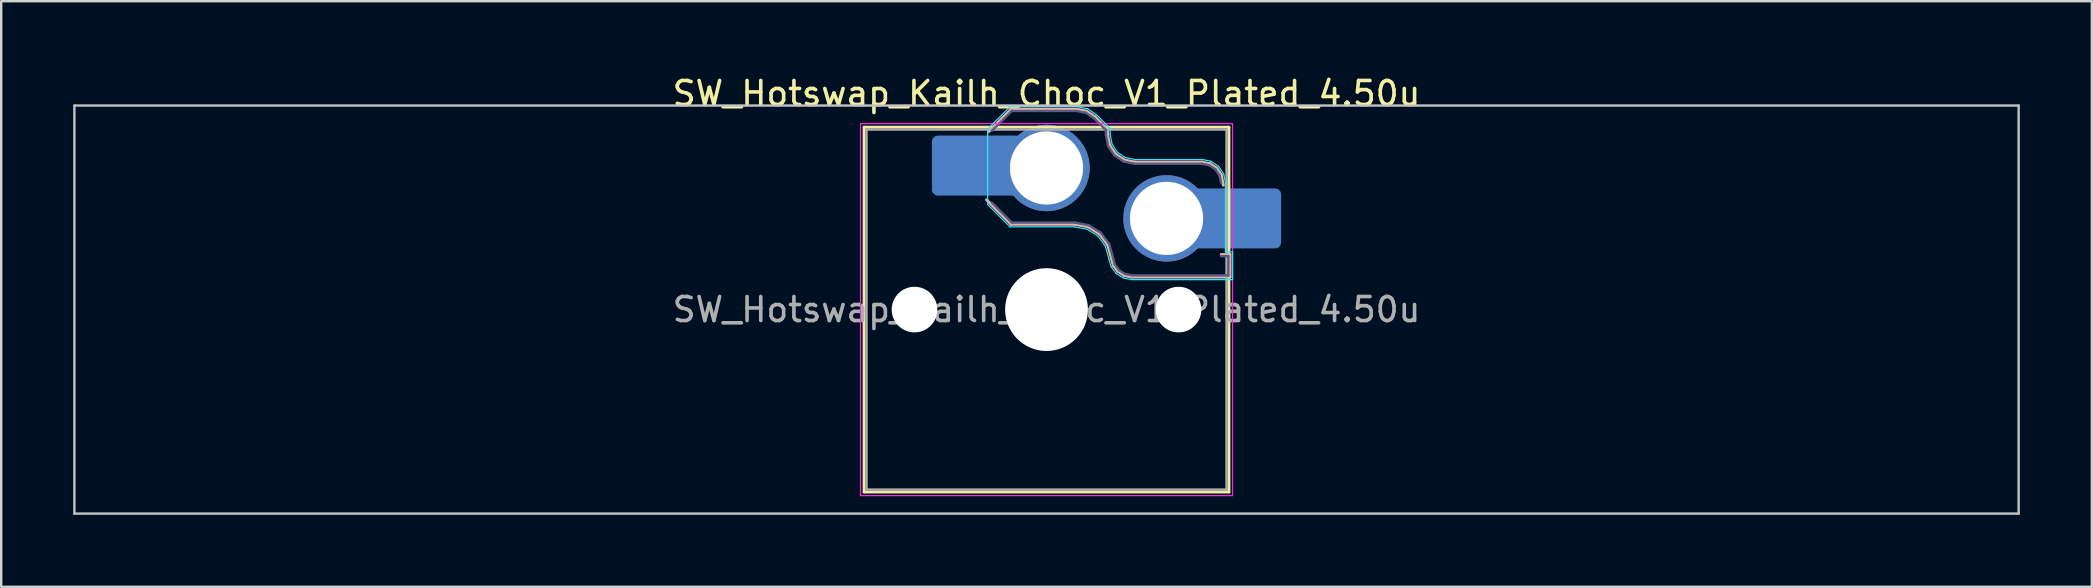
<source format=kicad_pcb>
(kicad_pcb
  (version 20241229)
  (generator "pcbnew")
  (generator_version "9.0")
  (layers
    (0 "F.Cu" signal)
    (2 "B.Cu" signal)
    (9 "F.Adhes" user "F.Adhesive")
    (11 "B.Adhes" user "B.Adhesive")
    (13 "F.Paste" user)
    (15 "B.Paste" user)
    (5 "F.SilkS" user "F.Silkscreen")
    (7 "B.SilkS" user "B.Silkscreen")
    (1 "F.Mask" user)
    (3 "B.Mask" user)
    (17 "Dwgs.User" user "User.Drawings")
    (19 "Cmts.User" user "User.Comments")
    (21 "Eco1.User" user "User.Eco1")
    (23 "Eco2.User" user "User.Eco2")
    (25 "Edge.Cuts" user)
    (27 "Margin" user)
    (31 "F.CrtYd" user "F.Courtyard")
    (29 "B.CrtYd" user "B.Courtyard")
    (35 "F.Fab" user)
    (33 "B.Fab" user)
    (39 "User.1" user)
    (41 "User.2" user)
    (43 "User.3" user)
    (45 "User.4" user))
  (footprint "SW_Hotswap_Kailh_Choc_V1_Plated_4.50u"
    (layer "F.Cu")
    (at 40.55 9.848)
    (property "Reference" "SW_Hotswap_Kailh_Choc_V1_Plated_4.50u" (at 0 -9 0) (layer "F.SilkS") (effects (font (size 1 1) (thickness 0.15))))
    (attr smd)
    (fp_line (start -7.6 -7.6) (end -7.6 7.6) (stroke (width 0.12) (type solid)) (layer "F.SilkS"))
    (fp_line (start -7.6 7.6) (end 7.6 7.6) (stroke (width 0.12) (type solid)) (layer "F.SilkS"))
    (fp_line (start 7.6 -7.6) (end -7.6 -7.6) (stroke (width 0.12) (type solid)) (layer "F.SilkS"))
    (fp_line (start 7.6 7.6) (end 7.6 -7.6) (stroke (width 0.12) (type solid)) (layer "F.SilkS"))
    (fp_line (start -2.416 -7.409) (end -1.479 -8.346) (stroke (width 0.12) (type solid)) (layer "B.SilkS"))
    (fp_line (start -1.479 -8.346) (end 1.268 -8.346) (stroke (width 0.12) (type solid)) (layer "B.SilkS"))
    (fp_line (start -1.479 -3.554) (end -2.5 -4.575) (stroke (width 0.12) (type solid)) (layer "B.SilkS"))
    (fp_line (start 1.168 -3.554) (end -1.479 -3.554) (stroke (width 0.12) (type solid)) (layer "B.SilkS"))
    (fp_line (start 1.268 -8.346) (end 1.671 -8.266) (stroke (width 0.12) (type solid)) (layer "B.SilkS"))
    (fp_line (start 1.671 -8.266) (end 2.013 -8.037) (stroke (width 0.12) (type solid)) (layer "B.SilkS"))
    (fp_line (start 1.73 -3.449) (end 1.168 -3.554) (stroke (width 0.12) (type solid)) (layer "B.SilkS"))
    (fp_line (start 2.013 -8.037) (end 2.546 -7.504) (stroke (width 0.12) (type solid)) (layer "B.SilkS"))
    (fp_line (start 2.209 -3.15) (end 1.73 -3.449) (stroke (width 0.12) (type solid)) (layer "B.SilkS"))
    (fp_line (start 2.546 -7.504) (end 2.546 -7.282) (stroke (width 0.12) (type solid)) (layer "B.SilkS"))
    (fp_line (start 2.546 -7.282) (end 2.633 -6.844) (stroke (width 0.12) (type solid)) (layer "B.SilkS"))
    (fp_line (start 2.547 -2.697) (end 2.209 -3.15) (stroke (width 0.12) (type solid)) (layer "B.SilkS"))
    (fp_line (start 2.633 -6.844) (end 2.877 -6.477) (stroke (width 0.12) (type solid)) (layer "B.SilkS"))
    (fp_line (start 2.701 -2.139) (end 2.547 -2.697) (stroke (width 0.12) (type solid)) (layer "B.SilkS"))
    (fp_line (start 2.783 -1.841) (end 2.701 -2.139) (stroke (width 0.12) (type solid)) (layer "B.SilkS"))
    (fp_line (start 2.877 -6.477) (end 3.244 -6.233) (stroke (width 0.12) (type solid)) (layer "B.SilkS"))
    (fp_line (start 2.976 -1.583) (end 2.783 -1.841) (stroke (width 0.12) (type solid)) (layer "B.SilkS"))
    (fp_line (start 3.244 -6.233) (end 3.682 -6.146) (stroke (width 0.12) (type solid)) (layer "B.SilkS"))
    (fp_line (start 3.25 -1.413) (end 2.976 -1.583) (stroke (width 0.12) (type solid)) (layer "B.SilkS"))
    (fp_line (start 3.56 -1.354) (end 3.25 -1.413) (stroke (width 0.12) (type solid)) (layer "B.SilkS"))
    (fp_line (start 3.682 -6.146) (end 6.482 -6.146) (stroke (width 0.12) (type solid)) (layer "B.SilkS"))
    (fp_line (start 6.482 -6.146) (end 6.809 -6.081) (stroke (width 0.12) (type solid)) (layer "B.SilkS"))
    (fp_line (start 6.809 -6.081) (end 7.092 -5.892) (stroke (width 0.12) (type solid)) (layer "B.SilkS"))
    (fp_line (start 7.092 -5.892) (end 7.281 -5.609) (stroke (width 0.12) (type solid)) (layer "B.SilkS"))
    (fp_line (start 7.281 -5.609) (end 7.366 -5.182) (stroke (width 0.12) (type solid)) (layer "B.SilkS"))
    (fp_line (start 7.283 -2.296) (end 7.646 -2.296) (stroke (width 0.12) (type solid)) (layer "B.SilkS"))
    (fp_line (start 7.646 -2.296) (end 7.646 -1.354) (stroke (width 0.12) (type solid)) (layer "B.SilkS"))
    (fp_line (start 7.646 -1.354) (end 3.56 -1.354) (stroke (width 0.12) (type solid)) (layer "B.SilkS"))
    (fp_line (start -40.5 -8.5) (end -40.5 8.5) (stroke (width 0.1) (type solid)) (layer "Dwgs.User"))
    (fp_line (start -40.5 8.5) (end 40.5 8.5) (stroke (width 0.1) (type solid)) (layer "Dwgs.User"))
    (fp_line (start 40.5 -8.5) (end -40.5 -8.5) (stroke (width 0.1) (type solid)) (layer "Dwgs.User"))
    (fp_line (start 40.5 8.5) (end 40.5 -8.5) (stroke (width 0.1) (type solid)) (layer "Dwgs.User"))
    (fp_line (start -7.25 -7.25) (end -7.25 7.25) (stroke (width 0.1) (type solid)) (layer "Eco1.User"))
    (fp_line (start -7.25 7.25) (end 7.25 7.25) (stroke (width 0.1) (type solid)) (layer "Eco1.User"))
    (fp_line (start 7.25 -7.25) (end -7.25 -7.25) (stroke (width 0.1) (type solid)) (layer "Eco1.User"))
    (fp_line (start 7.25 7.25) (end 7.25 -7.25) (stroke (width 0.1) (type solid)) (layer "Eco1.User"))
    (fp_line (start -2.452 -7.523) (end -1.523 -8.452) (stroke (width 0.05) (type solid)) (layer "B.CrtYd"))
    (fp_line (start -2.452 -4.377) (end -2.452 -7.523) (stroke (width 0.05) (type solid)) (layer "B.CrtYd"))
    (fp_line (start -1.523 -8.452) (end 1.278 -8.452) (stroke (width 0.05) (type solid)) (layer "B.CrtYd"))
    (fp_line (start -1.523 -3.448) (end -2.452 -4.377) (stroke (width 0.05) (type solid)) (layer "B.CrtYd"))
    (fp_line (start 1.159 -3.448) (end -1.523 -3.448) (stroke (width 0.05) (type solid)) (layer "B.CrtYd"))
    (fp_line (start 1.278 -8.452) (end 1.712 -8.366) (stroke (width 0.05) (type solid)) (layer "B.CrtYd"))
    (fp_line (start 1.691 -3.348) (end 1.159 -3.448) (stroke (width 0.05) (type solid)) (layer "B.CrtYd"))
    (fp_line (start 1.712 -8.366) (end 2.081 -8.119) (stroke (width 0.05) (type solid)) (layer "B.CrtYd"))
    (fp_line (start 2.081 -8.119) (end 2.652 -7.548) (stroke (width 0.05) (type solid)) (layer "B.CrtYd"))
    (fp_line (start 2.136 -3.071) (end 1.691 -3.348) (stroke (width 0.05) (type solid)) (layer "B.CrtYd"))
    (fp_line (start 2.45 -2.65) (end 2.136 -3.071) (stroke (width 0.05) (type solid)) (layer "B.CrtYd"))
    (fp_line (start 2.599 -2.111) (end 2.45 -2.65) (stroke (width 0.05) (type solid)) (layer "B.CrtYd"))
    (fp_line (start 2.652 -7.548) (end 2.652 -7.292) (stroke (width 0.05) (type solid)) (layer "B.CrtYd"))
    (fp_line (start 2.652 -7.292) (end 2.733 -6.885) (stroke (width 0.05) (type solid)) (layer "B.CrtYd"))
    (fp_line (start 2.687 -1.794) (end 2.599 -2.111) (stroke (width 0.05) (type solid)) (layer "B.CrtYd"))
    (fp_line (start 2.733 -6.885) (end 2.953 -6.553) (stroke (width 0.05) (type solid)) (layer "B.CrtYd"))
    (fp_line (start 2.903 -1.503) (end 2.687 -1.794) (stroke (width 0.05) (type solid)) (layer "B.CrtYd"))
    (fp_line (start 2.953 -6.553) (end 3.285 -6.333) (stroke (width 0.05) (type solid)) (layer "B.CrtYd"))
    (fp_line (start 3.211 -1.312) (end 2.903 -1.503) (stroke (width 0.05) (type solid)) (layer "B.CrtYd"))
    (fp_line (start 3.285 -6.333) (end 3.692 -6.252) (stroke (width 0.05) (type solid)) (layer "B.CrtYd"))
    (fp_line (start 3.55 -1.248) (end 3.211 -1.312) (stroke (width 0.05) (type solid)) (layer "B.CrtYd"))
    (fp_line (start 3.692 -6.252) (end 6.492 -6.252) (stroke (width 0.05) (type solid)) (layer "B.CrtYd"))
    (fp_line (start 6.492 -6.252) (end 6.85 -6.181) (stroke (width 0.05) (type solid)) (layer "B.CrtYd"))
    (fp_line (start 6.85 -6.181) (end 7.168 -5.968) (stroke (width 0.05) (type solid)) (layer "B.CrtYd"))
    (fp_line (start 7.168 -5.968) (end 7.381 -5.65) (stroke (width 0.05) (type solid)) (layer "B.CrtYd"))
    (fp_line (start 7.381 -5.65) (end 7.452 -5.292) (stroke (width 0.05) (type solid)) (layer "B.CrtYd"))
    (fp_line (start 7.452 -5.292) (end 7.452 -2.402) (stroke (width 0.05) (type solid)) (layer "B.CrtYd"))
    (fp_line (start 7.452 -2.402) (end 7.752 -2.402) (stroke (width 0.05) (type solid)) (layer "B.CrtYd"))
    (fp_line (start 7.752 -2.402) (end 7.752 -1.248) (stroke (width 0.05) (type solid)) (layer "B.CrtYd"))
    (fp_line (start 7.752 -1.248) (end 3.55 -1.248) (stroke (width 0.05) (type solid)) (layer "B.CrtYd"))
    (fp_line (start -7.75 -7.75) (end -7.75 7.75) (stroke (width 0.05) (type solid)) (layer "F.CrtYd"))
    (fp_line (start -7.75 7.75) (end 7.75 7.75) (stroke (width 0.05) (type solid)) (layer "F.CrtYd"))
    (fp_line (start 7.75 -7.75) (end -7.75 -7.75) (stroke (width 0.05) (type solid)) (layer "F.CrtYd"))
    (fp_line (start 7.75 7.75) (end 7.75 -7.75) (stroke (width 0.05) (type solid)) (layer "F.CrtYd"))
    (fp_line (start -2.275 -7.45) (end -1.45 -8.275) (stroke (width 0.1) (type solid)) (layer "B.Fab"))
    (fp_line (start -1.45 -8.275) (end 1.261 -8.275) (stroke (width 0.1) (type solid)) (layer "B.Fab"))
    (fp_line (start -1.45 -3.625) (end -2.275 -4.45) (stroke (width 0.1) (type solid)) (layer "B.Fab"))
    (fp_line (start 1.175 -3.625) (end -1.45 -3.625) (stroke (width 0.1) (type solid)) (layer "B.Fab"))
    (fp_line (start 1.261 -8.275) (end 1.643 -8.199) (stroke (width 0.1) (type solid)) (layer "B.Fab"))
    (fp_line (start 1.643 -8.199) (end 1.968 -7.982) (stroke (width 0.1) (type solid)) (layer "B.Fab"))
    (fp_line (start 1.756 -3.516) (end 1.175 -3.625) (stroke (width 0.1) (type solid)) (layer "B.Fab"))
    (fp_line (start 1.968 -7.982) (end 2.475 -7.475) (stroke (width 0.1) (type solid)) (layer "B.Fab"))
    (fp_line (start 2.258 -3.203) (end 1.756 -3.516) (stroke (width 0.1) (type solid)) (layer "B.Fab"))
    (fp_line (start 2.475 -7.475) (end 2.475 -7.275) (stroke (width 0.1) (type solid)) (layer "B.Fab"))
    (fp_line (start 2.475 -7.275) (end 2.566 -6.816) (stroke (width 0.1) (type solid)) (layer "B.Fab"))
    (fp_line (start 2.566 -6.816) (end 2.826 -6.426) (stroke (width 0.1) (type solid)) (layer "B.Fab"))
    (fp_line (start 2.612 -2.729) (end 2.258 -3.203) (stroke (width 0.1) (type solid)) (layer "B.Fab"))
    (fp_line (start 2.769 -2.158) (end 2.612 -2.729) (stroke (width 0.1) (type solid)) (layer "B.Fab"))
    (fp_line (start 2.826 -6.426) (end 3.216 -6.166) (stroke (width 0.1) (type solid)) (layer "B.Fab"))
    (fp_line (start 2.848 -1.873) (end 2.769 -2.158) (stroke (width 0.1) (type solid)) (layer "B.Fab"))
    (fp_line (start 3.025 -1.636) (end 2.848 -1.873) (stroke (width 0.1) (type solid)) (layer "B.Fab"))
    (fp_line (start 3.216 -6.166) (end 3.675 -6.075) (stroke (width 0.1) (type solid)) (layer "B.Fab"))
    (fp_line (start 3.276 -1.48) (end 3.025 -1.636) (stroke (width 0.1) (type solid)) (layer "B.Fab"))
    (fp_line (start 3.567 -1.425) (end 3.276 -1.48) (stroke (width 0.1) (type solid)) (layer "B.Fab"))
    (fp_line (start 3.675 -6.075) (end 6.475 -6.075) (stroke (width 0.1) (type solid)) (layer "B.Fab"))
    (fp_line (start 6.475 -6.075) (end 6.781 -6.014) (stroke (width 0.1) (type solid)) (layer "B.Fab"))
    (fp_line (start 6.781 -6.014) (end 7.041 -5.841) (stroke (width 0.1) (type solid)) (layer "B.Fab"))
    (fp_line (start 7.041 -5.841) (end 7.214 -5.581) (stroke (width 0.1) (type solid)) (layer "B.Fab"))
    (fp_line (start 7.214 -5.581) (end 7.275 -5.275) (stroke (width 0.1) (type solid)) (layer "B.Fab"))
    (fp_line (start 7.275 -2.225) (end 7.575 -2.225) (stroke (width 0.1) (type solid)) (layer "B.Fab"))
    (fp_line (start 7.575 -2.225) (end 7.575 -1.425) (stroke (width 0.1) (type solid)) (layer "B.Fab"))
    (fp_line (start 7.575 -1.425) (end 3.567 -1.425) (stroke (width 0.1) (type solid)) (layer "B.Fab"))
    (fp_line (start -7.5 -7.5) (end -7.5 7.5) (stroke (width 0.1) (type solid)) (layer "F.Fab"))
    (fp_line (start -7.5 7.5) (end 7.5 7.5) (stroke (width 0.1) (type solid)) (layer "F.Fab"))
    (fp_line (start 7.5 -7.5) (end -7.5 -7.5) (stroke (width 0.1) (type solid)) (layer "F.Fab"))
    (fp_line (start 7.5 7.5) (end 7.5 -7.5) (stroke (width 0.1) (type solid)) (layer "F.Fab"))
    (fp_text user "${REFERENCE}" (at 0 0 0) (layer "F.Fab") (effects (font (size 1 1) (thickness 0.15))))
    (pad "" np_thru_hole circle (at -5.5 0) (size 1.9 1.9) (drill 1.9) (layers "*.Cu" "*.Mask"))
    (pad "" smd roundrect (at -3.5 -6) (size 2.55 2.5) (layers "B.Mask" "B.Paste") (roundrect_rratio 0.1))
    (pad "" np_thru_hole circle (at 0 0) (size 3.45 3.45) (drill 3.45) (layers "*.Cu" "*.Mask"))
    (pad "" np_thru_hole circle (at 5.5 0) (size 1.9 1.9) (drill 1.9) (layers "*.Cu" "*.Mask"))
    (pad "" smd roundrect (at 8.5 -3.8) (size 2.55 2.5) (layers "B.Mask" "B.Paste") (roundrect_rratio 0.1))
    (pad "1" smd roundrect (at -2.85 -6) (size 3.85 2.5) (layers "B.Cu") (roundrect_rratio 0.1))
    (pad "1" thru_hole circle (at 0 -5.9) (size 3.6 3.6) (drill 3.05) (layers "*.Cu" "*.Mask"))
    (pad "2" thru_hole circle (at 5 -3.8) (size 3.6 3.6) (drill 3.05) (layers "*.Cu" "*.Mask"))
    (pad "2" smd roundrect (at 7.85 -3.8) (size 3.85 2.5) (layers "B.Cu") (roundrect_rratio 0.1)))
  (gr_rect
    (start -3 -3)
    (end 84.1 21.398)
    (stroke (width 0.1) (type default))
    (fill no)
    (layer "Edge.Cuts")))
</source>
